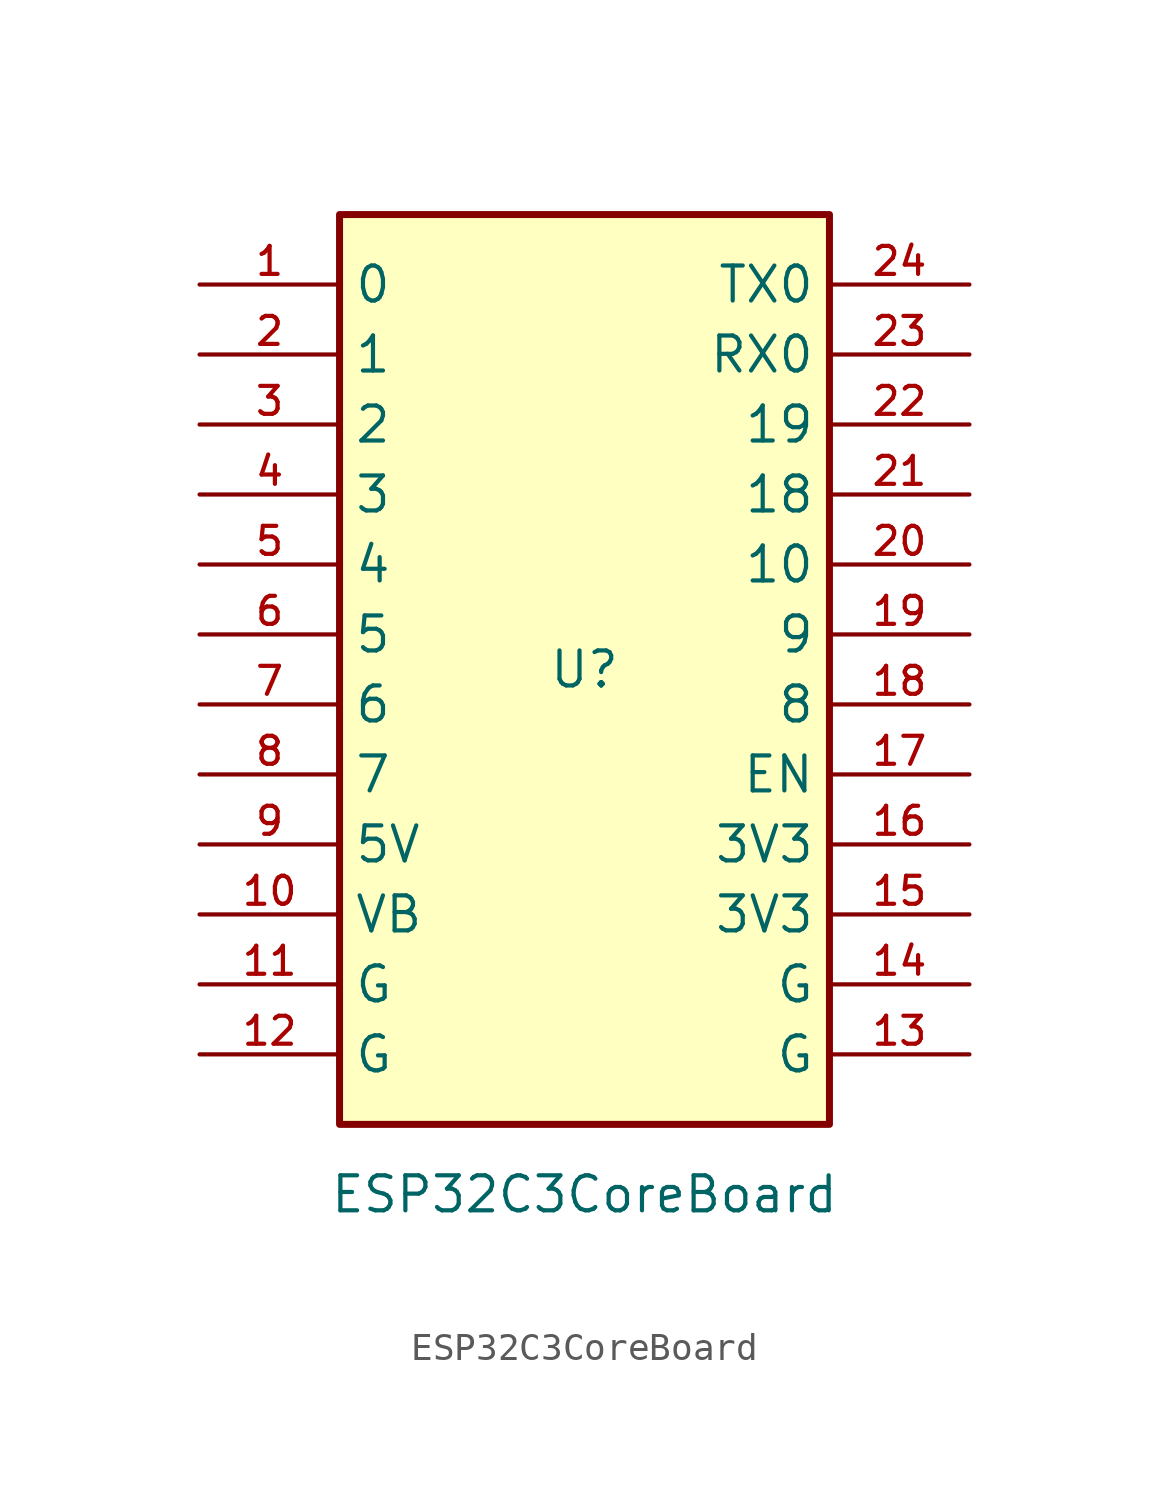
<source format=kicad_sym>
(kicad_symbol_lib
  (version 20220914)
  (generator kicad_symbol_editor)
  (symbol "ESP32C3CoreBoard"
    (property "Reference" "U"
      (at 0 0 0)
      (effects (font (size 1.27 1.27))))
    (property "Value" "ESP32C3CoreBoard"
      (at 0 -19.05 0)
      (effects (font (size 1.27 1.27))))
    (symbol "ESP32C3CoreBoard_0_1"
      (rectangle (start -8.89 16.51) (end 8.89 -16.51) (stroke (width 0.254) (type default)) (fill (type background)))
      (rectangle (start -5.08 16.51) (end -5.08 16.51) (stroke (width 0) (type default)) (fill (type none))))
    (symbol "ESP32C3CoreBoard_1_1"
      (pin bidirectional line (at -13.97 13.97 0) (length 5.08) (name "0" (effects (font (size 1.27 1.27)))) (number "1" (effects (font (size 1.016 1.016)))))
      (pin power_in line (at -13.97 -8.89 0) (length 5.08) (name "VB" (effects (font (size 1.27 1.27)))) (number "10" (effects (font (size 1.016 1.016)))))
      (pin power_in line (at -13.97 -11.43 0) (length 5.08) (name "G" (effects (font (size 1.27 1.27)))) (number "11" (effects (font (size 1.016 1.016)))))
      (pin power_in line (at -13.97 -13.97 0) (length 5.08) (name "G" (effects (font (size 1.27 1.27)))) (number "12" (effects (font (size 1.016 1.016)))))
      (pin power_in line (at 13.97 -13.97 180) (length 5.08) (name "G" (effects (font (size 1.27 1.27)))) (number "13" (effects (font (size 1.016 1.016)))))
      (pin power_in line (at 13.97 -11.43 180) (length 5.08) (name "G" (effects (font (size 1.27 1.27)))) (number "14" (effects (font (size 1.016 1.016)))))
      (pin power_in line (at 13.97 -8.89 180) (length 5.08) (name "3V3" (effects (font (size 1.27 1.27)))) (number "15" (effects (font (size 1.016 1.016)))))
      (pin power_in line (at 13.97 -6.35 180) (length 5.08) (name "3V3" (effects (font (size 1.27 1.27)))) (number "16" (effects (font (size 1.016 1.016)))))
      (pin input line (at 13.97 -3.81 180) (length 5.08) (name "EN" (effects (font (size 1.27 1.27)))) (number "17" (effects (font (size 1.016 1.016)))))
      (pin bidirectional line (at 13.97 -1.27 180) (length 5.08) (name "8" (effects (font (size 1.27 1.27)))) (number "18" (effects (font (size 1.016 1.016)))))
      (pin bidirectional line (at 13.97 1.27 180) (length 5.08) (name "9" (effects (font (size 1.27 1.27)))) (number "19" (effects (font (size 1.016 1.016)))))
      (pin bidirectional line (at -13.97 11.43 0) (length 5.08) (name "1" (effects (font (size 1.27 1.27)))) (number "2" (effects (font (size 1.016 1.016)))))
      (pin bidirectional line (at 13.97 3.81 180) (length 5.08) (name "10" (effects (font (size 1.27 1.27)))) (number "20" (effects (font (size 1.016 1.016)))))
      (pin bidirectional line (at 13.97 6.35 180) (length 5.08) (name "18" (effects (font (size 1.27 1.27)))) (number "21" (effects (font (size 1.016 1.016)))))
      (pin bidirectional line (at 13.97 8.89 180) (length 5.08) (name "19" (effects (font (size 1.27 1.27)))) (number "22" (effects (font (size 1.016 1.016)))))
      (pin input line (at 13.97 11.43 180) (length 5.08) (name "RX0" (effects (font (size 1.27 1.27)))) (number "23" (effects (font (size 1.016 1.016)))))
      (pin output line (at 13.97 13.97 180) (length 5.08) (name "TX0" (effects (font (size 1.27 1.27)))) (number "24" (effects (font (size 1.016 1.016)))))
      (pin bidirectional line (at -13.97 8.89 0) (length 5.08) (name "2" (effects (font (size 1.27 1.27)))) (number "3" (effects (font (size 1.016 1.016)))))
      (pin bidirectional line (at -13.97 6.35 0) (length 5.08) (name "3" (effects (font (size 1.27 1.27)))) (number "4" (effects (font (size 1.016 1.016)))))
      (pin bidirectional line (at -13.97 3.81 0) (length 5.08) (name "4" (effects (font (size 1.27 1.27)))) (number "5" (effects (font (size 1.016 1.016)))))
      (pin bidirectional line (at -13.97 1.27 0) (length 5.08) (name "5" (effects (font (size 1.27 1.27)))) (number "6" (effects (font (size 1.016 1.016)))))
      (pin bidirectional line (at -13.97 -1.27 0) (length 5.08) (name "6" (effects (font (size 1.27 1.27)))) (number "7" (effects (font (size 1.016 1.016)))))
      (pin bidirectional line (at -13.97 -3.81 0) (length 5.08) (name "7" (effects (font (size 1.27 1.27)))) (number "8" (effects (font (size 1.016 1.016)))))
      (pin power_in line (at -13.97 -6.35 0) (length 5.08) (name "5V" (effects (font (size 1.27 1.27)))) (number "9" (effects (font (size 1.016 1.016))))))))
</source>
